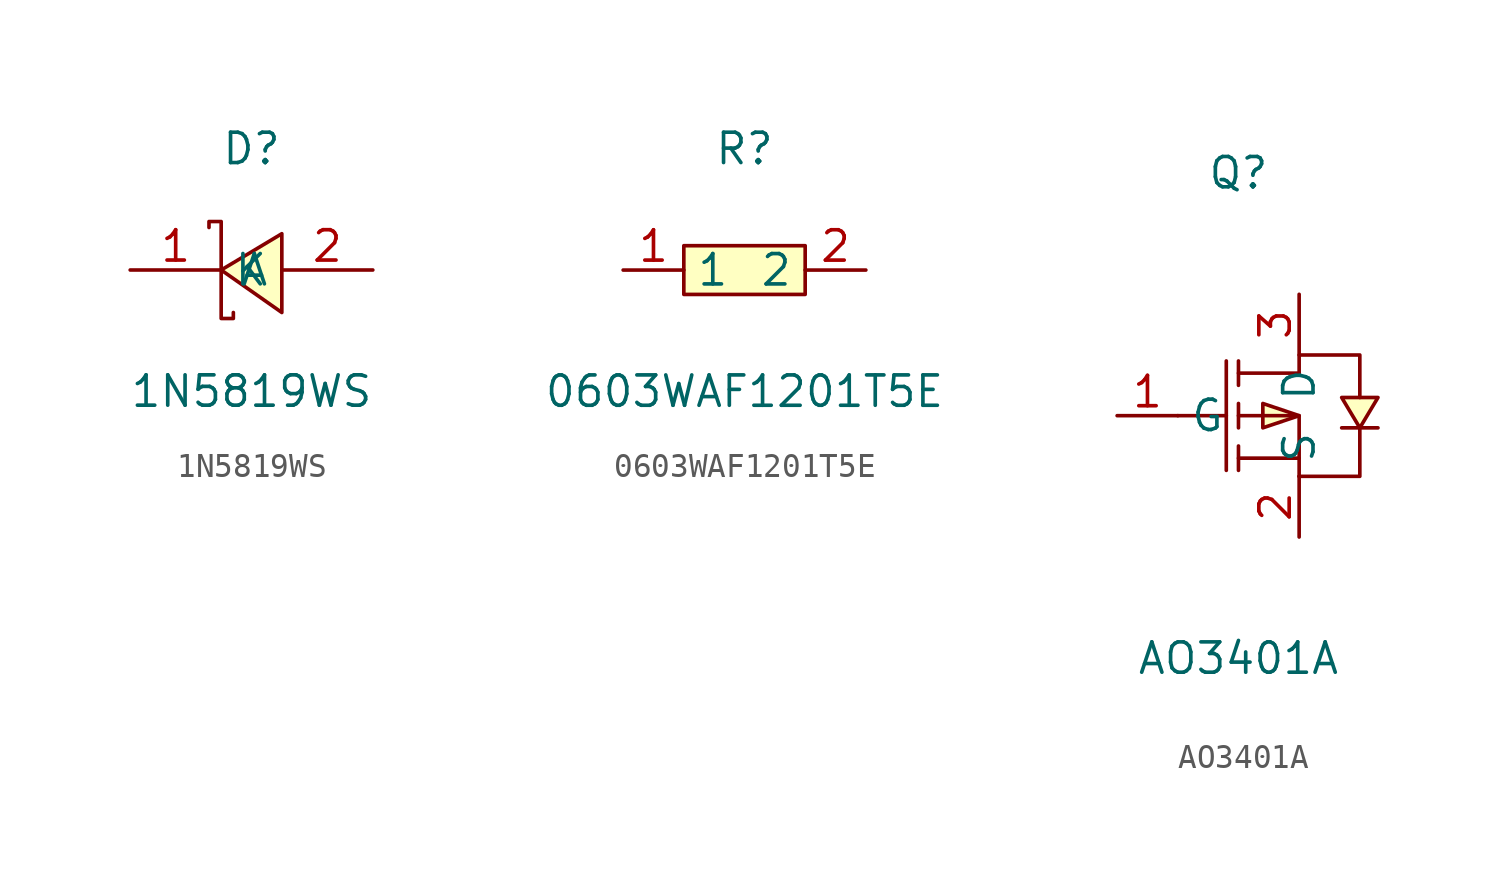
<source format=kicad_sym>
(kicad_symbol_lib
  (version 20241209)
  (generator "kicad_symbol_editor")
  (generator_version "9.0")
  (symbol "1N5819WS"
    (property "Reference" "D"
      (at 0 5.08 0)
      (effects (font (size 1.27 1.27))))
    (property "Value" "1N5819WS"
      (at 0 -5.08 0)
      (effects (font (size 1.27 1.27))))
    (symbol "1N5819WS_0_1"
      (polyline (pts (xy -1.27 0) (xy -1.27 2.03) (xy -1.78 2.03) (xy -1.78 1.78)) (stroke (width 0) (type default)) (fill (type none)))
      (polyline (pts (xy -1.27 0) (xy -1.27 -2.03) (xy -0.76 -2.03) (xy -0.76 -1.78)) (stroke (width 0) (type default)) (fill (type none)))
      (polyline (pts (xy 1.27 1.52) (xy -1.27 0) (xy 1.27 -1.78) (xy 1.27 1.52)) (stroke (width 0) (type default)) (fill (type background)))
      (pin unspecified line (at -5.08 0 0) (length 3.81) (name "K" (effects (font (size 1.27 1.27)))) (number "1" (effects (font (size 1.27 1.27)))))
      (pin unspecified line (at 5.08 0 180) (length 3.81) (name "A" (effects (font (size 1.27 1.27)))) (number "2" (effects (font (size 1.27 1.27)))))))
  (symbol "0603WAF1201T5E"
    (property "Reference" "R"
      (at 0 5.08 0)
      (effects (font (size 1.27 1.27))))
    (property "Value" "0603WAF1201T5E"
      (at 0 -5.08 0)
      (effects (font (size 1.27 1.27))))
    (symbol "0603WAF1201T5E_0_1"
      (rectangle (start -2.54 1.02) (end 2.54 -1.02) (stroke (width 0) (type default) (color 0 0 0 0)) (fill (type background)))
      (pin input line (at 5.08 -0.00 180) (length 2.54) (name "2" (effects (font (size 1.27 1.27)))) (number "2" (effects (font (size 1.27 1.27)))))
      (pin input line (at -5.08 -0.00 0) (length 2.54) (name "1" (effects (font (size 1.27 1.27)))) (number "1" (effects (font (size 1.27 1.27)))))))
  (symbol "AO3401A"
    (property "Reference" "Q"
      (at 0 10.16 0)
      (effects (font (size 1.27 1.27))))
    (property "Value" "AO3401A"
      (at 0 -10.16 0)
      (effects (font (size 1.27 1.27))))
    (symbol "AO3401A_0_1"
      (polyline (pts (xy -2.54 0) (xy -0.51 0)) (stroke (width 0) (type default)) (fill (type none)))
      (polyline (pts (xy -0.51 2.29) (xy -0.51 -2.29)) (stroke (width 0) (type default)) (fill (type none)))
      (polyline (pts (xy 0 1.27) (xy 0 2.29)) (stroke (width 0) (type default)) (fill (type none)))
      (polyline (pts (xy 0 0) (xy 2.54 0) (xy 2.54 -2.54)) (stroke (width 0) (type default)) (fill (type none)))
      (polyline (pts (xy 0 -0.51) (xy 0 0.51)) (stroke (width 0) (type default)) (fill (type none)))
      (polyline (pts (xy 0 -2.29) (xy 0 -1.27)) (stroke (width 0) (type default)) (fill (type none)))
      (polyline (pts (xy 2.54 1.78) (xy 0 1.78)) (stroke (width 0) (type default)) (fill (type none)))
      (polyline (pts (xy 2.54 1.78) (xy 2.54 2.54) (xy 5.08 2.54) (xy 5.08 0.76)) (stroke (width 0) (type default)) (fill (type none)))
      (polyline (pts (xy 2.54 0) (xy 1.02 0.51) (xy 1.02 -0.51) (xy 2.54 0)) (stroke (width 0) (type default)) (fill (type background)))
      (polyline (pts (xy 2.54 -1.78) (xy 0 -1.78)) (stroke (width 0) (type default)) (fill (type none)))
      (polyline (pts (xy 2.54 -2.54) (xy 5.08 -2.54) (xy 5.08 -0.51)) (stroke (width 0) (type default)) (fill (type none)))
      (polyline (pts (xy 5.08 -0.51) (xy 5.84 0.76) (xy 4.32 0.76) (xy 5.08 -0.51)) (stroke (width 0) (type default)) (fill (type background)))
      (polyline (pts (xy 5.84 -0.51) (xy 5.59 -0.51) (xy 4.57 -0.51) (xy 4.32 -0.51)) (stroke (width 0) (type default)) (fill (type none)))
      (pin unspecified line (at -5.08 0 0) (length 2.54) (name "G" (effects (font (size 1.27 1.27)))) (number "1" (effects (font (size 1.27 1.27)))))
      (pin unspecified line (at 2.54 5.08 270) (length 2.54) (name "D" (effects (font (size 1.27 1.27)))) (number "3" (effects (font (size 1.27 1.27)))))
      (pin unspecified line (at 2.54 -5.08 90) (length 2.54) (name "S" (effects (font (size 1.27 1.27)))) (number "2" (effects (font (size 1.27 1.27))))))))
</source>
